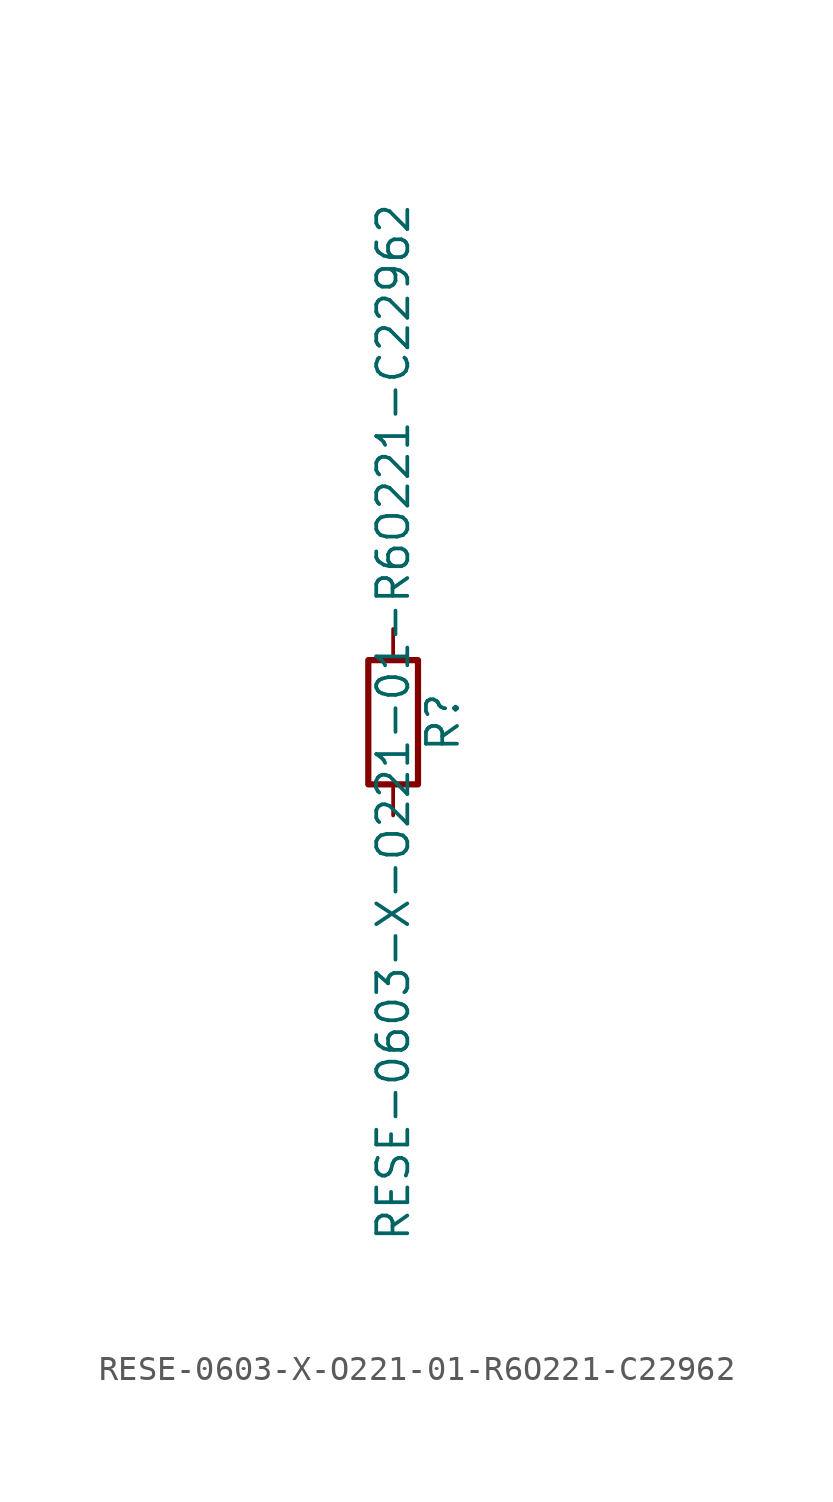
<source format=kicad_sym>
(kicad_symbol_lib
  (version 20211014)
  (generator kicad_symbol_editor)
  (symbol "RESE-0603-X-O221-01-R6O221-C22962"
    (pin_numbers hide)
    (pin_names
      (offset 0))
    (property "Reference" "R"
      (at 2.032 0 90)
      (effects (font (size 1.27 1.27))))
    (property "Value" "RESE-0603-X-O221-01-R6O221-C22962"
      (at 0 0 90)
      (effects (font (size 1.27 1.27))))
    (symbol "RESE-0603-X-O221-01-R6O221-C22962_0_1"
      (rectangle (start -1.016 -2.54) (end 1.016 2.54) (stroke (width 0.254) (type default) (color 0 0 0 0)) (fill (type none))))
    (symbol "RESE-0603-X-O221-01-R6O221-C22962_1_1"
      (pin passive line (at 0 3.81 270) (length 1.27) (name "~" (effects (font (size 1.27 1.27)))) (number "1" (effects (font (size 1.27 1.27)))))
      (pin passive line (at 0 -3.81 90) (length 1.27) (name "~" (effects (font (size 1.27 1.27)))) (number "2" (effects (font (size 1.27 1.27))))))))
</source>
